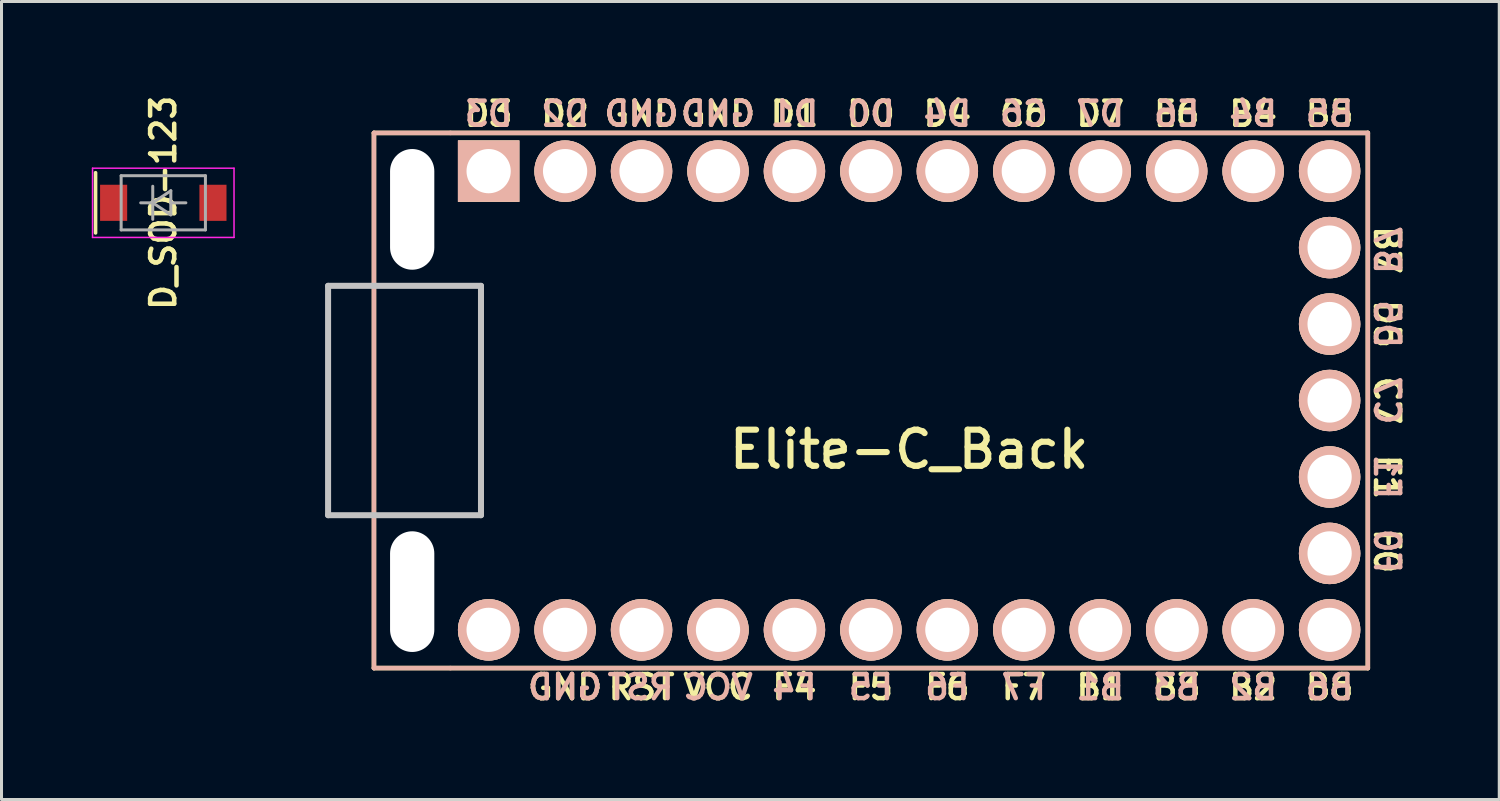
<source format=kicad_pcb>
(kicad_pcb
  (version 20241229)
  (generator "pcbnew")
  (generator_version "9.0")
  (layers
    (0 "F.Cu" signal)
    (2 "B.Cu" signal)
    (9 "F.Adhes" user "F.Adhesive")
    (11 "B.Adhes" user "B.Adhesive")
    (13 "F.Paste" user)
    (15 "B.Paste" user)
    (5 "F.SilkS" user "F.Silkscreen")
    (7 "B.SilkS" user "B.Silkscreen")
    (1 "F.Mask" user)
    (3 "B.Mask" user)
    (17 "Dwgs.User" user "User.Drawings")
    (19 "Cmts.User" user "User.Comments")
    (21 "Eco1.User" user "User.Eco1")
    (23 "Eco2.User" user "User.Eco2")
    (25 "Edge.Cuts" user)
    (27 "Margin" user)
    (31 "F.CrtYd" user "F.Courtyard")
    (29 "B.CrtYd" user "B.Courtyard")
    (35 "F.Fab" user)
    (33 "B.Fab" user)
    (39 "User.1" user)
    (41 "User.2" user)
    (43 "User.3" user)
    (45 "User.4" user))
  (footprint "Elite-C_Back"
    (layer "F.Cu")
    (at 27.154 10.256)
    (property "Reference" "Elite-C_Back" (at 0 1.625 0) (layer "F.SilkS") (effects (font (size 1.2 1.2) (thickness 0.203))))
    (attr through_hole)
    (fp_line (start -17.78 -8.89) (end 15.24 -8.89) (stroke (width 0.15) (type solid)) (layer "F.SilkS"))
    (fp_line (start -17.78 8.89) (end -17.78 -8.89) (stroke (width 0.15) (type solid)) (layer "F.SilkS"))
    (fp_line (start 15.24 -8.89) (end 15.24 8.89) (stroke (width 0.15) (type solid)) (layer "F.SilkS"))
    (fp_line (start 15.24 8.89) (end -17.78 8.89) (stroke (width 0.15) (type solid)) (layer "F.SilkS"))
    (fp_line (start -17.78 -8.89) (end -15.24 -8.89) (stroke (width 0.15) (type solid)) (layer "B.SilkS"))
    (fp_line (start -17.78 8.89) (end -17.78 -8.89) (stroke (width 0.15) (type solid)) (layer "B.SilkS"))
    (fp_line (start -15.24 -8.89) (end 15.24 -8.89) (stroke (width 0.15) (type solid)) (layer "B.SilkS"))
    (fp_line (start -15.24 8.89) (end -17.78 8.89) (stroke (width 0.15) (type solid)) (layer "B.SilkS"))
    (fp_line (start 15.24 -8.89) (end 15.24 8.89) (stroke (width 0.15) (type solid)) (layer "B.SilkS"))
    (fp_line (start 15.24 8.89) (end -15.24 8.89) (stroke (width 0.15) (type solid)) (layer "B.SilkS"))
    (fp_line (start -19.304 -3.81) (end -19.304 3.81) (stroke (width 0.2) (type solid)) (layer "Dwgs.User"))
    (fp_line (start -19.304 3.81) (end -14.224 3.81) (stroke (width 0.2) (type solid)) (layer "Dwgs.User"))
    (fp_line (start -14.224 -3.81) (end -19.304 -3.81) (stroke (width 0.2) (type solid)) (layer "Dwgs.User"))
    (fp_line (start -14.224 3.81) (end -14.224 -3.81) (stroke (width 0.2) (type solid)) (layer "Dwgs.User"))
    (fp_text user "C6" (at 3.81 -9.525 0) (unlocked yes) (layer "F.SilkS") (effects (font (size 0.8 0.8) (thickness 0.15))))
    (fp_text user "B3" (at 8.89 9.525 0) (unlocked yes) (layer "F.SilkS") (effects (font (size 0.8 0.8) (thickness 0.15))))
    (fp_text user "D0" (at -1.27 -9.525 0) (unlocked yes) (layer "F.SilkS") (effects (font (size 0.8 0.8) (thickness 0.15))))
    (fp_text user "D5" (at 15.875 -2.54 270) (unlocked yes) (layer "F.SilkS") (effects (font (size 0.8 0.8) (thickness 0.15))))
    (fp_text user "F7" (at 3.81 9.525 0) (unlocked yes) (layer "F.SilkS") (effects (font (size 0.8 0.8) (thickness 0.15))))
    (fp_text user "B2" (at 11.43 9.525 0) (unlocked yes) (layer "F.SilkS") (effects (font (size 0.8 0.8) (thickness 0.15))))
    (fp_text user "E6" (at 8.89 -9.525 0) (unlocked yes) (layer "F.SilkS") (effects (font (size 0.8 0.8) (thickness 0.15))))
    (fp_text user "B6" (at 13.97 9.525 0) (unlocked yes) (layer "F.SilkS") (effects (font (size 0.8 0.8) (thickness 0.15))))
    (fp_text user "C7" (at 15.875 0 270) (unlocked yes) (layer "F.SilkS") (effects (font (size 0.8 0.8) (thickness 0.15))))
    (fp_text user "RST" (at -8.89 9.525 0) (unlocked yes) (layer "F.SilkS") (effects (font (size 0.8 0.8) (thickness 0.15))))
    (fp_text user "VCC" (at -6.35 9.525 0) (unlocked yes) (layer "F.SilkS") (effects (font (size 0.8 0.8) (thickness 0.15))))
    (fp_text user "B5" (at 13.97 -9.525 0) (unlocked yes) (layer "F.SilkS") (effects (font (size 0.8 0.8) (thickness 0.15))))
    (fp_text user "F1" (at 15.875 2.54 270) (unlocked yes) (layer "F.SilkS") (effects (font (size 0.8 0.8) (thickness 0.15))))
    (fp_text user "D3" (at -13.97 -9.525 0) (unlocked yes) (layer "F.SilkS") (effects (font (size 0.8 0.8) (thickness 0.15))))
    (fp_text user "F0" (at 15.875 5 270) (unlocked yes) (layer "F.SilkS") (effects (font (size 0.8 0.8) (thickness 0.15))))
    (fp_text user "D1" (at -3.81 -9.525 0) (unlocked yes) (layer "F.SilkS") (effects (font (size 0.8 0.8) (thickness 0.15))))
    (fp_text user "D7" (at 6.35 -9.525 0) (unlocked yes) (layer "F.SilkS") (effects (font (size 0.8 0.8) (thickness 0.15))))
    (fp_text user "GND" (at -11.43 9.525 0) (unlocked yes) (layer "F.SilkS") (effects (font (size 0.8 0.8) (thickness 0.15))))
    (fp_text user "F4" (at -3.81 9.525 0) (unlocked yes) (layer "F.SilkS") (effects (font (size 0.8 0.8) (thickness 0.15))))
    (fp_text user "D4" (at 1.27 -9.525 0) (unlocked yes) (layer "F.SilkS") (effects (font (size 0.8 0.8) (thickness 0.15))))
    (fp_text user "B1" (at 6.35 9.525 0) (unlocked yes) (layer "F.SilkS") (effects (font (size 0.8 0.8) (thickness 0.15))))
    (fp_text user "GND" (at -8.89 -9.525 0) (unlocked yes) (layer "F.SilkS") (effects (font (size 0.8 0.8) (thickness 0.15))))
    (fp_text user "F6" (at 1.27 9.525 0) (unlocked yes) (layer "F.SilkS") (effects (font (size 0.8 0.8) (thickness 0.15))))
    (fp_text user "B4" (at 11.43 -9.525 0) (unlocked yes) (layer "F.SilkS") (effects (font (size 0.8 0.8) (thickness 0.15))))
    (fp_text user "D2" (at -11.43 -9.525 0) (unlocked yes) (layer "F.SilkS") (effects (font (size 0.8 0.8) (thickness 0.15))))
    (fp_text user "GND" (at -6.35 -9.525 0) (unlocked yes) (layer "F.SilkS") (effects (font (size 0.8 0.8) (thickness 0.15))))
    (fp_text user "F5" (at -1.27 9.525 0) (unlocked yes) (layer "F.SilkS") (effects (font (size 0.8 0.8) (thickness 0.15))))
    (fp_text user "B7" (at 15.875 -5 270) (unlocked yes) (layer "F.SilkS") (effects (font (size 0.8 0.8) (thickness 0.15))))
    (fp_text user "GND" (at -6.35 -9.525 0) (unlocked yes) (layer "B.SilkS") (effects (font (size 0.8 0.8) (thickness 0.15)) (justify mirror)))
    (fp_text user "D2" (at -11.43 -9.525 0) (unlocked yes) (layer "B.SilkS") (effects (font (size 0.8 0.8) (thickness 0.15)) (justify mirror)))
    (fp_text user "D5" (at 15.875 -2.54 270) (unlocked yes) (layer "B.SilkS") (effects (font (size 0.8 0.8) (thickness 0.15)) (justify mirror)))
    (fp_text user "B1" (at 6.35 9.525 0) (unlocked yes) (layer "B.SilkS") (effects (font (size 0.8 0.8) (thickness 0.15)) (justify mirror)))
    (fp_text user "F0" (at 15.875 5 270) (unlocked yes) (layer "B.SilkS") (effects (font (size 0.8 0.8) (thickness 0.15)) (justify mirror)))
    (fp_text user "C6" (at 3.81 -9.525 0) (unlocked yes) (layer "B.SilkS") (effects (font (size 0.8 0.8) (thickness 0.15)) (justify mirror)))
    (fp_text user "B2" (at 11.43 9.525 0) (unlocked yes) (layer "B.SilkS") (effects (font (size 0.8 0.8) (thickness 0.15)) (justify mirror)))
    (fp_text user "D1" (at -3.81 -9.525 0) (unlocked yes) (layer "B.SilkS") (effects (font (size 0.8 0.8) (thickness 0.15)) (justify mirror)))
    (fp_text user "D0" (at -1.27 -9.525 0) (unlocked yes) (layer "B.SilkS") (effects (font (size 0.8 0.8) (thickness 0.15)) (justify mirror)))
    (fp_text user "VCC" (at -6.35 9.525 0) (unlocked yes) (layer "B.SilkS") (effects (font (size 0.8 0.8) (thickness 0.15)) (justify mirror)))
    (fp_text user "D7" (at 6.35 -9.525 0) (unlocked yes) (layer "B.SilkS") (effects (font (size 0.8 0.8) (thickness 0.15)) (justify mirror)))
    (fp_text user "F7" (at 3.81 9.525 0) (unlocked yes) (layer "B.SilkS") (effects (font (size 0.8 0.8) (thickness 0.15)) (justify mirror)))
    (fp_text user "GND" (at -8.89 -9.525 0) (unlocked yes) (layer "B.SilkS") (effects (font (size 0.8 0.8) (thickness 0.15)) (justify mirror)))
    (fp_text user "B6" (at 13.97 9.525 0) (unlocked yes) (layer "B.SilkS") (effects (font (size 0.8 0.8) (thickness 0.15)) (justify mirror)))
    (fp_text user "D3" (at -13.97 -9.525 0) (unlocked yes) (layer "B.SilkS") (effects (font (size 0.8 0.8) (thickness 0.15)) (justify mirror)))
    (fp_text user "F5" (at -1.27 9.525 0) (unlocked yes) (layer "B.SilkS") (effects (font (size 0.8 0.8) (thickness 0.15)) (justify mirror)))
    (fp_text user "B7" (at 15.875 -5 270) (unlocked yes) (layer "B.SilkS") (effects (font (size 0.8 0.8) (thickness 0.15)) (justify mirror)))
    (fp_text user "F1" (at 15.875 2.54 270) (unlocked yes) (layer "B.SilkS") (effects (font (size 0.8 0.8) (thickness 0.15)) (justify mirror)))
    (fp_text user "D4" (at 1.27 -9.525 0) (unlocked yes) (layer "B.SilkS") (effects (font (size 0.8 0.8) (thickness 0.15)) (justify mirror)))
    (fp_text user "GND" (at -11.43 9.525 0) (unlocked yes) (layer "B.SilkS") (effects (font (size 0.8 0.8) (thickness 0.15)) (justify mirror)))
    (fp_text user "RST" (at -8.92 9.525 0) (unlocked yes) (layer "B.SilkS") (effects (font (size 0.8 0.8) (thickness 0.15)) (justify mirror)))
    (fp_text user "C7" (at 15.875 0 270) (unlocked yes) (layer "B.SilkS") (effects (font (size 0.8 0.8) (thickness 0.15)) (justify mirror)))
    (fp_text user "E6" (at 8.89 -9.525 0) (unlocked yes) (layer "B.SilkS") (effects (font (size 0.8 0.8) (thickness 0.15)) (justify mirror)))
    (fp_text user "F6" (at 1.27 9.525 0) (unlocked yes) (layer "B.SilkS") (effects (font (size 0.8 0.8) (thickness 0.15)) (justify mirror)))
    (fp_text user "B3" (at 8.89 9.525 0) (unlocked yes) (layer "B.SilkS") (effects (font (size 0.8 0.8) (thickness 0.15)) (justify mirror)))
    (fp_text user "F4" (at -3.81 9.525 0) (unlocked yes) (layer "B.SilkS") (effects (font (size 0.8 0.8) (thickness 0.15)) (justify mirror)))
    (fp_text user "B5" (at 13.97 -9.525 0) (unlocked yes) (layer "B.SilkS") (effects (font (size 0.8 0.8) (thickness 0.15)) (justify mirror)))
    (fp_text user "B4" (at 11.43 -9.525 0) (unlocked yes) (layer "B.SilkS") (effects (font (size 0.8 0.8) (thickness 0.15)) (justify mirror)))
    (pad "" np_thru_hole oval (at -16.51 -6.35) (size 1.47 4.01) (drill oval 1.47 4.01) (layers "*.Cu" "*.Mask"))
    (pad "" np_thru_hole oval (at -16.51 6.35) (size 1.47 4.01) (drill oval 1.47 4.01) (layers "*.Cu" "*.Mask"))
    (pad "1" thru_hole rect (at -13.97 -7.62) (size 2.04 2.04) (drill 1.47) (layers "*.Cu" "*.SilkS" "*.Mask"))
    (pad "2" thru_hole circle (at -11.43 -7.62) (size 2.04 2.04) (drill 1.47) (layers "*.Cu" "*.SilkS" "*.Mask"))
    (pad "3" thru_hole circle (at -8.89 -7.62) (size 2.04 2.04) (drill 1.47) (layers "*.Cu" "*.SilkS" "*.Mask"))
    (pad "4" thru_hole circle (at -6.35 -7.62) (size 2.04 2.04) (drill 1.47) (layers "*.Cu" "*.SilkS" "*.Mask"))
    (pad "5" thru_hole circle (at -3.81 -7.62) (size 2.04 2.04) (drill 1.47) (layers "*.Cu" "*.SilkS" "*.Mask"))
    (pad "6" thru_hole circle (at -1.27 -7.62) (size 2.04 2.04) (drill 1.47) (layers "*.Cu" "*.SilkS" "*.Mask"))
    (pad "7" thru_hole circle (at 1.27 -7.62) (size 2.04 2.04) (drill 1.47) (layers "*.Cu" "*.SilkS" "*.Mask"))
    (pad "8" thru_hole circle (at 3.81 -7.62) (size 2.04 2.04) (drill 1.47) (layers "*.Cu" "*.SilkS" "*.Mask"))
    (pad "9" thru_hole circle (at 6.35 -7.62) (size 2.04 2.04) (drill 1.47) (layers "*.Cu" "*.SilkS" "*.Mask"))
    (pad "10" thru_hole circle (at 8.89 -7.62) (size 2.04 2.04) (drill 1.47) (layers "*.Cu" "*.SilkS" "*.Mask"))
    (pad "11" thru_hole circle (at 11.43 -7.62) (size 2.04 2.04) (drill 1.47) (layers "*.Cu" "*.SilkS" "*.Mask"))
    (pad "12" thru_hole circle (at 13.97 -7.62) (size 2.04 2.04) (drill 1.47) (layers "*.Cu" "*.SilkS" "*.Mask"))
    (pad "13" thru_hole circle (at 13.97 7.62) (size 2.04 2.04) (drill 1.47) (layers "*.Cu" "*.SilkS" "*.Mask"))
    (pad "14" thru_hole circle (at 11.43 7.62) (size 2.04 2.04) (drill 1.47) (layers "*.Cu" "*.SilkS" "*.Mask"))
    (pad "15" thru_hole circle (at 8.89 7.62) (size 2.04 2.04) (drill 1.47) (layers "*.Cu" "*.SilkS" "*.Mask"))
    (pad "16" thru_hole circle (at 6.35 7.62) (size 2.04 2.04) (drill 1.47) (layers "*.Cu" "*.SilkS" "*.Mask"))
    (pad "17" thru_hole circle (at 3.81 7.62) (size 2.04 2.04) (drill 1.47) (layers "*.Cu" "*.SilkS" "*.Mask"))
    (pad "18" thru_hole circle (at 1.27 7.62) (size 2.04 2.04) (drill 1.47) (layers "*.Cu" "*.SilkS" "*.Mask"))
    (pad "19" thru_hole circle (at -1.27 7.62) (size 2.04 2.04) (drill 1.47) (layers "*.Cu" "*.SilkS" "*.Mask"))
    (pad "20" thru_hole circle (at -3.81 7.62) (size 2.04 2.04) (drill 1.47) (layers "*.Cu" "*.SilkS" "*.Mask"))
    (pad "21" thru_hole circle (at -6.35 7.62) (size 2.04 2.04) (drill 1.47) (layers "*.Cu" "*.SilkS" "*.Mask"))
    (pad "22" thru_hole circle (at -8.89 7.62) (size 2.04 2.04) (drill 1.47) (layers "*.Cu" "*.SilkS" "*.Mask"))
    (pad "23" thru_hole circle (at -11.43 7.62) (size 2.04 2.04) (drill 1.47) (layers "*.Cu" "*.SilkS" "*.Mask"))
    (pad "24" thru_hole circle (at -13.97 7.62) (size 2.04 2.04) (drill 1.47) (layers "*.Cu" "*.SilkS" "*.Mask"))
    (pad "25" thru_hole circle (at 13.97 -5.08) (size 2.04 2.04) (drill 1.47) (layers "*.Cu" "*.SilkS" "*.Mask"))
    (pad "26" thru_hole circle (at 13.97 -2.54) (size 2.04 2.04) (drill 1.47) (layers "*.Cu" "*.SilkS" "*.Mask"))
    (pad "27" thru_hole circle (at 13.97 0) (size 2.04 2.04) (drill 1.47) (layers "*.Cu" "*.SilkS" "*.Mask"))
    (pad "28" thru_hole circle (at 13.97 2.54) (size 2.04 2.04) (drill 1.47) (layers "*.Cu" "*.SilkS" "*.Mask"))
    (pad "29" thru_hole circle (at 13.97 5.08) (size 2.04 2.04) (drill 1.47) (layers "*.Cu" "*.SilkS" "*.Mask")))
  (footprint "D_SOD-123"
    (layer "F.Cu")
    (at 2.375 3.688)
    (property "Reference" "D_SOD-123" (at 0 0 90) (layer "F.SilkS") (effects (font (size 0.8 0.8) (thickness 0.15))))
    (attr smd)
    (fp_line (start -2.25 -1) (end -2.25 1) (stroke (width 0.12) (type solid)) (layer "F.SilkS"))
    (fp_line (start -2.35 -1.15) (end -2.35 1.15) (stroke (width 0.05) (type solid)) (layer "F.CrtYd"))
    (fp_line (start -2.35 -1.15) (end 2.35 -1.15) (stroke (width 0.05) (type solid)) (layer "F.CrtYd"))
    (fp_line (start 2.35 -1.15) (end 2.35 1.15) (stroke (width 0.05) (type solid)) (layer "F.CrtYd"))
    (fp_line (start 2.35 1.15) (end -2.35 1.15) (stroke (width 0.05) (type solid)) (layer "F.CrtYd"))
    (fp_line (start -1.4 -0.9) (end 1.4 -0.9) (stroke (width 0.1) (type solid)) (layer "F.Fab"))
    (fp_line (start -1.4 0.9) (end -1.4 -0.9) (stroke (width 0.1) (type solid)) (layer "F.Fab"))
    (fp_line (start -0.75 0) (end -0.35 0) (stroke (width 0.1) (type solid)) (layer "F.Fab"))
    (fp_line (start -0.35 0) (end -0.35 -0.55) (stroke (width 0.1) (type solid)) (layer "F.Fab"))
    (fp_line (start -0.35 0) (end -0.35 0.55) (stroke (width 0.1) (type solid)) (layer "F.Fab"))
    (fp_line (start -0.35 0) (end 0.25 -0.4) (stroke (width 0.1) (type solid)) (layer "F.Fab"))
    (fp_line (start 0.25 -0.4) (end 0.25 0.4) (stroke (width 0.1) (type solid)) (layer "F.Fab"))
    (fp_line (start 0.25 0) (end 0.75 0) (stroke (width 0.1) (type solid)) (layer "F.Fab"))
    (fp_line (start 0.25 0.4) (end -0.35 0) (stroke (width 0.1) (type solid)) (layer "F.Fab"))
    (fp_line (start 1.4 -0.9) (end 1.4 0.9) (stroke (width 0.1) (type solid)) (layer "F.Fab"))
    (fp_line (start 1.4 0.9) (end -1.4 0.9) (stroke (width 0.1) (type solid)) (layer "F.Fab"))
    (pad "1" smd rect (at -1.65 0) (size 0.9 1.2) (layers "F.Cu" "F.Mask" "F.Paste"))
    (pad "2" smd rect (at 1.65 0) (size 0.9 1.2) (layers "F.Cu" "F.Mask" "F.Paste")))
  (gr_rect
    (start -3 -3)
    (end 46.76 23.512)
    (stroke (width 0.1) (type default))
    (fill no)
    (layer "Edge.Cuts")))
</source>
